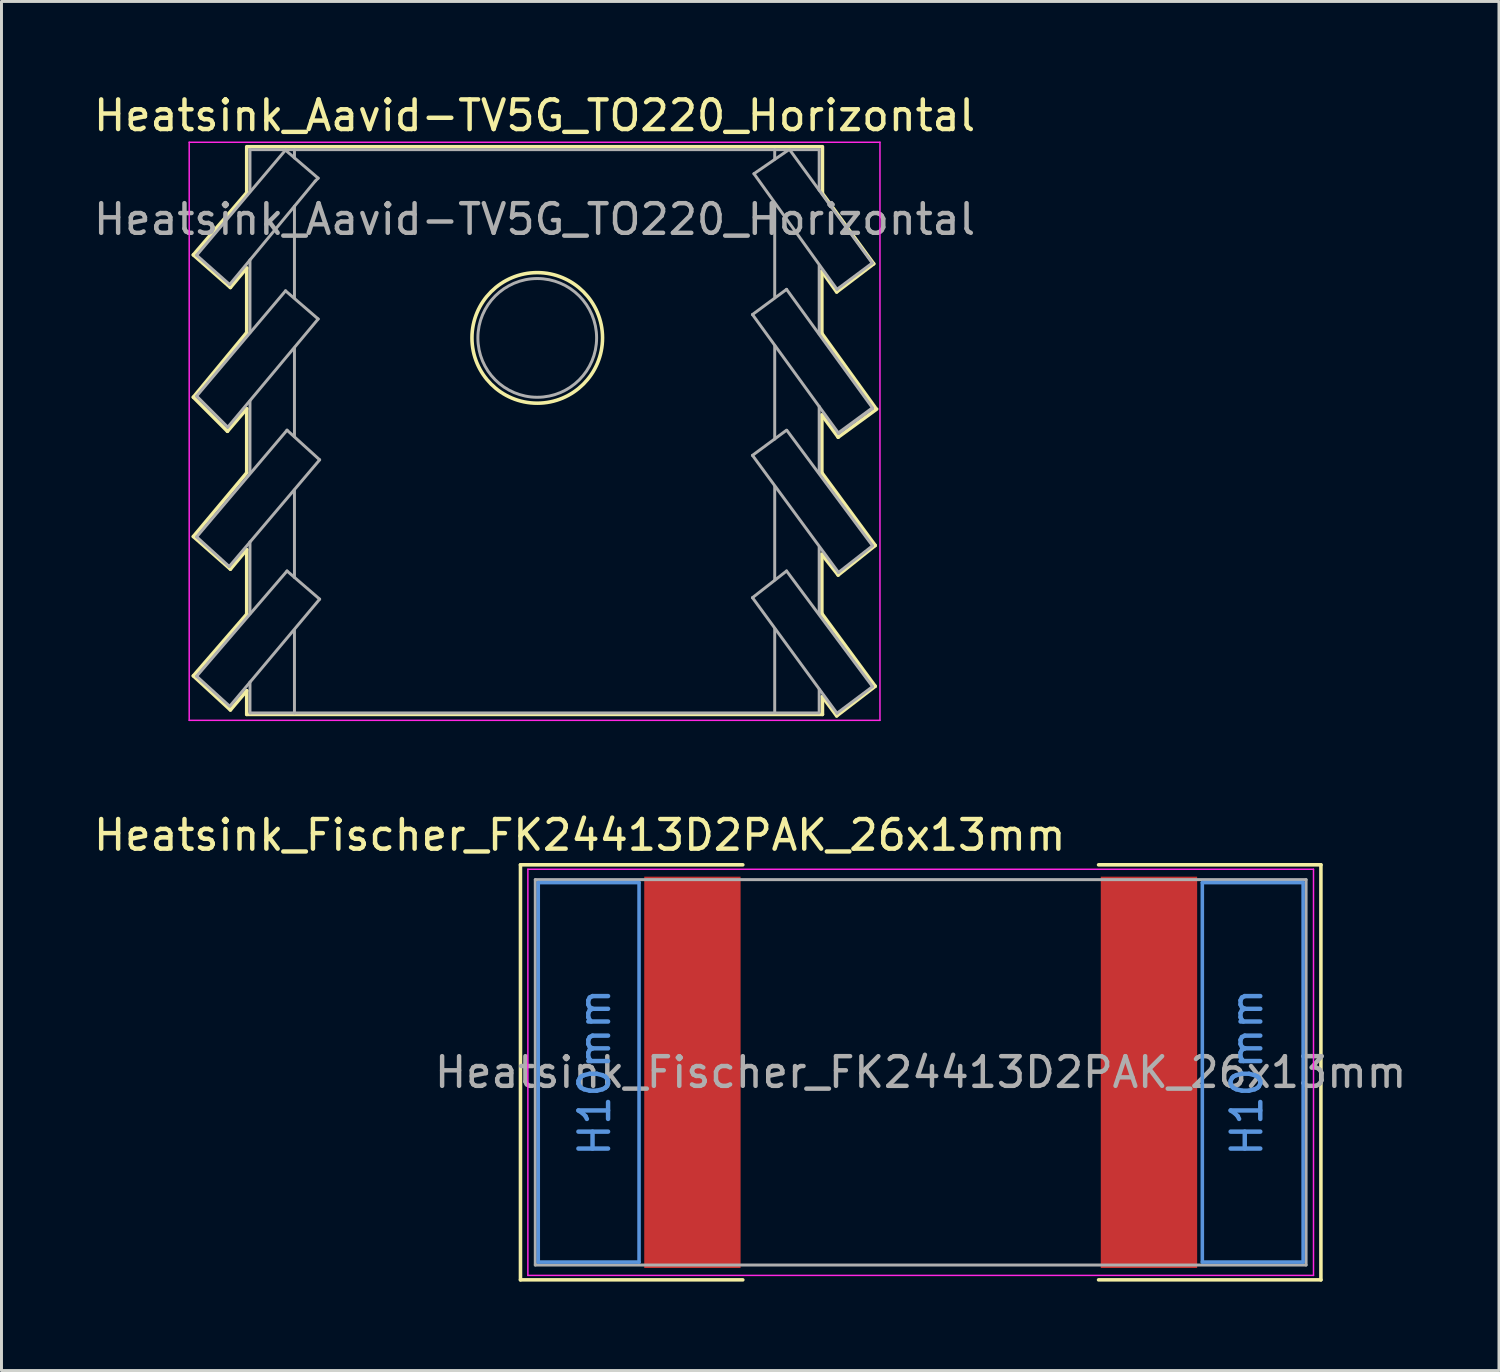
<source format=kicad_pcb>
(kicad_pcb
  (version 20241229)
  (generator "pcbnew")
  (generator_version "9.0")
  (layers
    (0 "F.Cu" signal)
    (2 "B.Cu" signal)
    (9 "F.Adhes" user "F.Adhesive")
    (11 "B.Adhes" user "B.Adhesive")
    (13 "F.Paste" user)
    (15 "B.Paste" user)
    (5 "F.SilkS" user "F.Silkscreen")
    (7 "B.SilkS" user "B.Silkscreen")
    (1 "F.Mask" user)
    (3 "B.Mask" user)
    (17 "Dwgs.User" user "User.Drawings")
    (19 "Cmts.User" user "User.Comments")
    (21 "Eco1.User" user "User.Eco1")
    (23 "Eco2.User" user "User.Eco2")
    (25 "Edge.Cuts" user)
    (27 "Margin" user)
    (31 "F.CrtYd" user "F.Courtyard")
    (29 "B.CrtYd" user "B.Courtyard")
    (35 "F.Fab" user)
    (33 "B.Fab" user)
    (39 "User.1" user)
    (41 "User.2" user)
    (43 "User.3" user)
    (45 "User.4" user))
  (footprint "Heatsink_Aavid-TV5G_TO220_Horizontal"
    (layer "F.Cu")
    (at 14.982 8.348)
    (property "Reference" "Heatsink_Aavid-TV5G_TO220_Horizontal" (at 0 -7.5 0) (layer "F.SilkS") (effects (font (size 1 1) (thickness 0.15))))
    (attr through_hole)
    (fp_line (start -11.51 -2.8) (end -9.7 -4.91) (stroke (width 0.12) (type solid)) (layer "F.SilkS"))
    (fp_line (start -11.51 2) (end -9.71 -0.18) (stroke (width 0.12) (type solid)) (layer "F.SilkS"))
    (fp_line (start -11.51 6.7) (end -9.71 4.55) (stroke (width 0.12) (type solid)) (layer "F.SilkS"))
    (fp_line (start -11.51 11.4) (end -9.71 9.32) (stroke (width 0.12) (type solid)) (layer "F.SilkS"))
    (fp_line (start -10.36 3.15) (end -11.51 2) (stroke (width 0.12) (type solid)) (layer "F.SilkS"))
    (fp_line (start -10.26 -1.7) (end -11.51 -2.8) (stroke (width 0.12) (type solid)) (layer "F.SilkS"))
    (fp_line (start -10.26 7.8) (end -11.51 6.7) (stroke (width 0.12) (type solid)) (layer "F.SilkS"))
    (fp_line (start -10.26 12.55) (end -11.51 11.4) (stroke (width 0.12) (type solid)) (layer "F.SilkS"))
    (fp_line (start -9.71 -4.94) (end -9.71 -6.45) (stroke (width 0.12) (type solid)) (layer "F.SilkS"))
    (fp_line (start -9.71 -2.36) (end -10.26 -1.7) (stroke (width 0.12) (type solid)) (layer "F.SilkS"))
    (fp_line (start -9.71 -0.19) (end -9.71 -2.35) (stroke (width 0.12) (type solid)) (layer "F.SilkS"))
    (fp_line (start -9.71 2.39) (end -10.36 3.15) (stroke (width 0.12) (type solid)) (layer "F.SilkS"))
    (fp_line (start -9.71 4.54) (end -9.71 2.39) (stroke (width 0.12) (type solid)) (layer "F.SilkS"))
    (fp_line (start -9.71 7.14) (end -10.26 7.8) (stroke (width 0.12) (type solid)) (layer "F.SilkS"))
    (fp_line (start -9.71 9.32) (end -9.71 7.15) (stroke (width 0.12) (type solid)) (layer "F.SilkS"))
    (fp_line (start -9.71 11.9) (end -10.26 12.55) (stroke (width 0.12) (type solid)) (layer "F.SilkS"))
    (fp_line (start -9.71 12.7) (end -9.71 11.9) (stroke (width 0.12) (type solid)) (layer "F.SilkS"))
    (fp_line (start -9.69 -6.45) (end 9.69 -6.45) (stroke (width 0.12) (type solid)) (layer "F.SilkS"))
    (fp_line (start 9.69 -4.9) (end 11.44 -2.5) (stroke (width 0.12) (type solid)) (layer "F.SilkS"))
    (fp_line (start 9.69 -2.25) (end 9.69 -0.15) (stroke (width 0.12) (type solid)) (layer "F.SilkS"))
    (fp_line (start 9.69 -0.15) (end 11.49 2.35) (stroke (width 0.12) (type solid)) (layer "F.SilkS"))
    (fp_line (start 9.69 2.6) (end 9.69 4.55) (stroke (width 0.12) (type solid)) (layer "F.SilkS"))
    (fp_line (start 9.69 4.55) (end 11.49 7) (stroke (width 0.12) (type solid)) (layer "F.SilkS"))
    (fp_line (start 9.69 7.3) (end 9.69 9.3) (stroke (width 0.12) (type solid)) (layer "F.SilkS"))
    (fp_line (start 9.69 9.3) (end 11.49 11.75) (stroke (width 0.12) (type solid)) (layer "F.SilkS"))
    (fp_line (start 9.71 -6.45) (end 9.71 -4.9) (stroke (width 0.12) (type solid)) (layer "F.SilkS"))
    (fp_line (start 9.71 12.1) (end 9.71 12.7) (stroke (width 0.12) (type solid)) (layer "F.SilkS"))
    (fp_line (start 9.71 12.7) (end -9.71 12.7) (stroke (width 0.12) (type solid)) (layer "F.SilkS"))
    (fp_line (start 10.19 -1.55) (end 9.69 -2.25) (stroke (width 0.12) (type solid)) (layer "F.SilkS"))
    (fp_line (start 10.19 12.75) (end 9.71 12.1) (stroke (width 0.12) (type solid)) (layer "F.SilkS"))
    (fp_line (start 10.24 3.35) (end 9.69 2.6) (stroke (width 0.12) (type solid)) (layer "F.SilkS"))
    (fp_line (start 10.24 8) (end 9.69 7.3) (stroke (width 0.12) (type solid)) (layer "F.SilkS"))
    (fp_line (start 11.44 -2.5) (end 10.19 -1.55) (stroke (width 0.12) (type solid)) (layer "F.SilkS"))
    (fp_line (start 11.49 7) (end 10.24 8) (stroke (width 0.12) (type solid)) (layer "F.SilkS"))
    (fp_line (start 11.49 11.75) (end 10.19 12.75) (stroke (width 0.12) (type solid)) (layer "F.SilkS"))
    (fp_line (start 11.54 2.4) (end 10.24 3.35) (stroke (width 0.12) (type solid)) (layer "F.SilkS"))
    (fp_circle (center 0.09 0) (end 2.29 -0.1) (stroke (width 0.12) (type solid)) (fill no) (layer "F.SilkS"))
    (fp_line (start -11.65 -6.6) (end -11.65 12.9) (stroke (width 0.05) (type solid)) (layer "F.CrtYd"))
    (fp_line (start -11.65 12.9) (end 11.65 12.9) (stroke (width 0.05) (type solid)) (layer "F.CrtYd"))
    (fp_line (start 11.65 -6.6) (end -11.65 -6.6) (stroke (width 0.05) (type solid)) (layer "F.CrtYd"))
    (fp_line (start 11.65 12.9) (end 11.65 -6.6) (stroke (width 0.05) (type solid)) (layer "F.CrtYd"))
    (fp_line (start -11.4 -2.788) (end -10.285 -1.8) (stroke (width 0.1) (type solid)) (layer "F.Fab"))
    (fp_line (start -11.4 1.962) (end -10.35 3.012) (stroke (width 0.1) (type solid)) (layer "F.Fab"))
    (fp_line (start -11.4 1.962) (end -8.4 -1.588) (stroke (width 0.1) (type solid)) (layer "F.Fab"))
    (fp_line (start -11.4 6.712) (end -8.35 3.112) (stroke (width 0.1) (type solid)) (layer "F.Fab"))
    (fp_line (start -11.4 11.412) (end -10.285 12.425) (stroke (width 0.1) (type solid)) (layer "F.Fab"))
    (fp_line (start -11.4 11.412) (end -8.35 7.862) (stroke (width 0.1) (type solid)) (layer "F.Fab"))
    (fp_line (start -10.35 3.012) (end -7.3 -0.638) (stroke (width 0.1) (type solid)) (layer "F.Fab"))
    (fp_line (start -10.3 7.712) (end -11.4 6.712) (stroke (width 0.1) (type solid)) (layer "F.Fab"))
    (fp_line (start -10.285 -1.8) (end -7.4 -5.288) (stroke (width 0.1) (type solid)) (layer "F.Fab"))
    (fp_line (start -9.6 -6.35) (end -9.6 -4.95) (stroke (width 0.1) (type solid)) (layer "F.Fab"))
    (fp_line (start -9.6 -2.63) (end -9.6 -0.18) (stroke (width 0.1) (type solid)) (layer "F.Fab"))
    (fp_line (start -9.6 2.13) (end -9.6 4.56) (stroke (width 0.1) (type solid)) (layer "F.Fab"))
    (fp_line (start -9.6 6.88) (end -9.6 9.3) (stroke (width 0.1) (type solid)) (layer "F.Fab"))
    (fp_line (start -9.6 11.61) (end -9.6 12.65) (stroke (width 0.1) (type solid)) (layer "F.Fab"))
    (fp_line (start -9.6 12.65) (end 9.6 12.65) (stroke (width 0.1) (type solid)) (layer "F.Fab"))
    (fp_line (start -8.4 -6.338) (end -11.4 -2.788) (stroke (width 0.1) (type solid)) (layer "F.Fab"))
    (fp_line (start -8.35 -6.288) (end -7.3 -5.388) (stroke (width 0.1) (type solid)) (layer "F.Fab"))
    (fp_line (start -8.35 3.112) (end -7.25 4.112) (stroke (width 0.1) (type solid)) (layer "F.Fab"))
    (fp_line (start -8.35 7.862) (end -7.25 8.812) (stroke (width 0.1) (type solid)) (layer "F.Fab"))
    (fp_line (start -8.1 -6.338) (end -8.1 -6.07) (stroke (width 0.1) (type solid)) (layer "F.Fab"))
    (fp_line (start -8.1 -4.44) (end -8.1 -1.35) (stroke (width 0.1) (type solid)) (layer "F.Fab"))
    (fp_line (start -8.1 0.34) (end -8.1 3.33) (stroke (width 0.1) (type solid)) (layer "F.Fab"))
    (fp_line (start -8.1 5.13) (end -8.1 8.08) (stroke (width 0.1) (type solid)) (layer "F.Fab"))
    (fp_line (start -8.1 9.86) (end -8.1 12.65) (stroke (width 0.1) (type solid)) (layer "F.Fab"))
    (fp_line (start -7.3 -5.388) (end -7.4 -5.288) (stroke (width 0.1) (type solid)) (layer "F.Fab"))
    (fp_line (start -7.3 -0.638) (end -8.4 -1.588) (stroke (width 0.1) (type solid)) (layer "F.Fab"))
    (fp_line (start -7.25 4.112) (end -10.3 7.712) (stroke (width 0.1) (type solid)) (layer "F.Fab"))
    (fp_line (start -7.25 8.812) (end -10.26 12.4) (stroke (width 0.1) (type solid)) (layer "F.Fab"))
    (fp_line (start 7.35 -0.788) (end 8.5 -1.638) (stroke (width 0.1) (type solid)) (layer "F.Fab"))
    (fp_line (start 7.35 3.962) (end 8.5 3.112) (stroke (width 0.1) (type solid)) (layer "F.Fab"))
    (fp_line (start 7.35 8.762) (end 10.2 12.662) (stroke (width 0.1) (type solid)) (layer "F.Fab"))
    (fp_line (start 7.4 -5.538) (end 10.2 -1.638) (stroke (width 0.1) (type solid)) (layer "F.Fab"))
    (fp_line (start 8.1 -6.35) (end 8.1 -6.03) (stroke (width 0.1) (type solid)) (layer "F.Fab"))
    (fp_line (start 8.1 -4.538) (end 8.1 -1.388) (stroke (width 0.1) (type solid)) (layer "F.Fab"))
    (fp_line (start 8.1 0.262) (end 8.1 3.412) (stroke (width 0.1) (type solid)) (layer "F.Fab"))
    (fp_line (start 8.1 5.012) (end 8.1 8.162) (stroke (width 0.1) (type solid)) (layer "F.Fab"))
    (fp_line (start 8.1 9.812) (end 8.1 12.612) (stroke (width 0.1) (type solid)) (layer "F.Fab"))
    (fp_line (start 8.5 -1.638) (end 11.4 2.362) (stroke (width 0.1) (type solid)) (layer "F.Fab"))
    (fp_line (start 8.5 7.862) (end 7.35 8.762) (stroke (width 0.1) (type solid)) (layer "F.Fab"))
    (fp_line (start 8.515 3.125) (end 11.4 7.012) (stroke (width 0.1) (type solid)) (layer "F.Fab"))
    (fp_line (start 8.55 -6.33) (end 7.4 -5.538) (stroke (width 0.1) (type solid)) (layer "F.Fab"))
    (fp_line (start 9.6 -6.35) (end -9.6 -6.35) (stroke (width 0.1) (type solid)) (layer "F.Fab"))
    (fp_line (start 9.6 -6.338) (end 9.6 -4.98) (stroke (width 0.1) (type solid)) (layer "F.Fab"))
    (fp_line (start 9.6 -2.438) (end 9.6 -0.138) (stroke (width 0.1) (type solid)) (layer "F.Fab"))
    (fp_line (start 9.6 2.312) (end 9.6 4.562) (stroke (width 0.1) (type solid)) (layer "F.Fab"))
    (fp_line (start 9.6 7.062) (end 9.6 9.312) (stroke (width 0.1) (type solid)) (layer "F.Fab"))
    (fp_line (start 9.6 11.862) (end 9.6 12.612) (stroke (width 0.1) (type solid)) (layer "F.Fab"))
    (fp_line (start 10.2 -1.638) (end 11.39 -2.525) (stroke (width 0.1) (type solid)) (layer "F.Fab"))
    (fp_line (start 10.2 12.662) (end 11.4 11.762) (stroke (width 0.1) (type solid)) (layer "F.Fab"))
    (fp_line (start 10.25 3.212) (end 7.35 -0.788) (stroke (width 0.1) (type solid)) (layer "F.Fab"))
    (fp_line (start 10.25 7.912) (end 7.35 3.962) (stroke (width 0.1) (type solid)) (layer "F.Fab"))
    (fp_line (start 11.39 -2.525) (end 8.61 -6.34) (stroke (width 0.1) (type solid)) (layer "F.Fab"))
    (fp_line (start 11.39 2.375) (end 10.25 3.212) (stroke (width 0.12) (type solid)) (layer "F.Fab"))
    (fp_line (start 11.4 7.012) (end 10.25 7.912) (stroke (width 0.1) (type solid)) (layer "F.Fab"))
    (fp_line (start 11.4 11.762) (end 8.5 7.862) (stroke (width 0.1) (type solid)) (layer "F.Fab"))
    (fp_circle (center 0.09 0) (end 2.09 0.1) (stroke (width 0.1) (type solid)) (fill no) (layer "F.Fab"))
    (fp_text user "${REFERENCE}" (at 0 -4 0) (layer "F.Fab") (effects (font (size 1 1) (thickness 0.15)))))
  (footprint "Heatsink_Fischer_FK24413D2PAK_26x13mm"
    (layer "F.Cu")
    (at 28.006 33.121)
    (property "Reference" "Heatsink_Fischer_FK24413D2PAK_26x13mm" (at -11.5 -8 180) (layer "F.SilkS") (effects (font (size 1 1) (thickness 0.15))))
    (attr smd)
    (fp_line (start -13.5 -7) (end -6 -7) (stroke (width 0.12) (type solid)) (layer "F.SilkS"))
    (fp_line (start -13.5 7) (end -13.5 -7) (stroke (width 0.12) (type solid)) (layer "F.SilkS"))
    (fp_line (start -13.5 7) (end -6 7) (stroke (width 0.12) (type solid)) (layer "F.SilkS"))
    (fp_line (start 6 -7) (end 13.5 -7) (stroke (width 0.12) (type solid)) (layer "F.SilkS"))
    (fp_line (start 6 7) (end 13.5 7) (stroke (width 0.12) (type solid)) (layer "F.SilkS"))
    (fp_line (start 13.5 -7) (end 13.5 7) (stroke (width 0.12) (type solid)) (layer "F.SilkS"))
    (fp_line (start -12.9 -6.4) (end -9.5 -6.4) (stroke (width 0.12) (type solid)) (layer "Cmts.User"))
    (fp_line (start -12.9 6.4) (end -12.9 -6.4) (stroke (width 0.12) (type solid)) (layer "Cmts.User"))
    (fp_line (start -9.5 -6.4) (end -9.5 6.4) (stroke (width 0.12) (type solid)) (layer "Cmts.User"))
    (fp_line (start -9.5 6.4) (end -12.9 6.4) (stroke (width 0.12) (type solid)) (layer "Cmts.User"))
    (fp_line (start 9.5 6.4) (end 9.5 -6.4) (stroke (width 0.12) (type solid)) (layer "Cmts.User"))
    (fp_line (start 9.5 6.4) (end 12.9 6.4) (stroke (width 0.12) (type solid)) (layer "Cmts.User"))
    (fp_line (start 12.9 -6.4) (end 9.5 -6.4) (stroke (width 0.12) (type solid)) (layer "Cmts.User"))
    (fp_line (start 12.9 6.4) (end 12.9 -6.4) (stroke (width 0.12) (type solid)) (layer "Cmts.User"))
    (fp_line (start -13.25 -6.85) (end -13.25 6.85) (stroke (width 0.05) (type solid)) (layer "F.CrtYd"))
    (fp_line (start -13.25 -6.85) (end 13.25 -6.85) (stroke (width 0.05) (type solid)) (layer "F.CrtYd"))
    (fp_line (start 13.25 6.85) (end -13.25 6.85) (stroke (width 0.05) (type solid)) (layer "F.CrtYd"))
    (fp_line (start 13.25 6.85) (end 13.25 -6.85) (stroke (width 0.05) (type solid)) (layer "F.CrtYd"))
    (fp_line (start -13 -6.5) (end 13 -6.5) (stroke (width 0.1) (type solid)) (layer "F.Fab"))
    (fp_line (start -13 6.5) (end -13 -6.5) (stroke (width 0.1) (type solid)) (layer "F.Fab"))
    (fp_line (start 13 -6.5) (end 13 6.5) (stroke (width 0.1) (type solid)) (layer "F.Fab"))
    (fp_line (start 13 6.5) (end -13 6.5) (stroke (width 0.1) (type solid)) (layer "F.Fab"))
    (fp_text user "H10mm" (at 11 0 90) (layer "Cmts.User") (effects (font (size 1 1) (thickness 0.15))))
    (fp_text user "H10mm" (at -11 0 90) (layer "Cmts.User") (effects (font (size 1 1) (thickness 0.15))))
    (fp_text user "${REFERENCE}" (at 0 0 0) (layer "F.Fab") (effects (font (size 1 1) (thickness 0.15))))
    (pad "1" smd rect (at -7.7 0 180) (size 3.25 13.2) (layers "F.Cu" "F.Mask" "F.Paste"))
    (pad "1" smd rect (at 7.7 0) (size 3.25 13.2) (layers "F.Cu" "F.Mask" "F.Paste")))
  (gr_rect
    (start -3 -3)
    (end 47.512 43.181)
    (stroke (width 0.1) (type default))
    (fill no)
    (layer "Edge.Cuts")))
</source>
